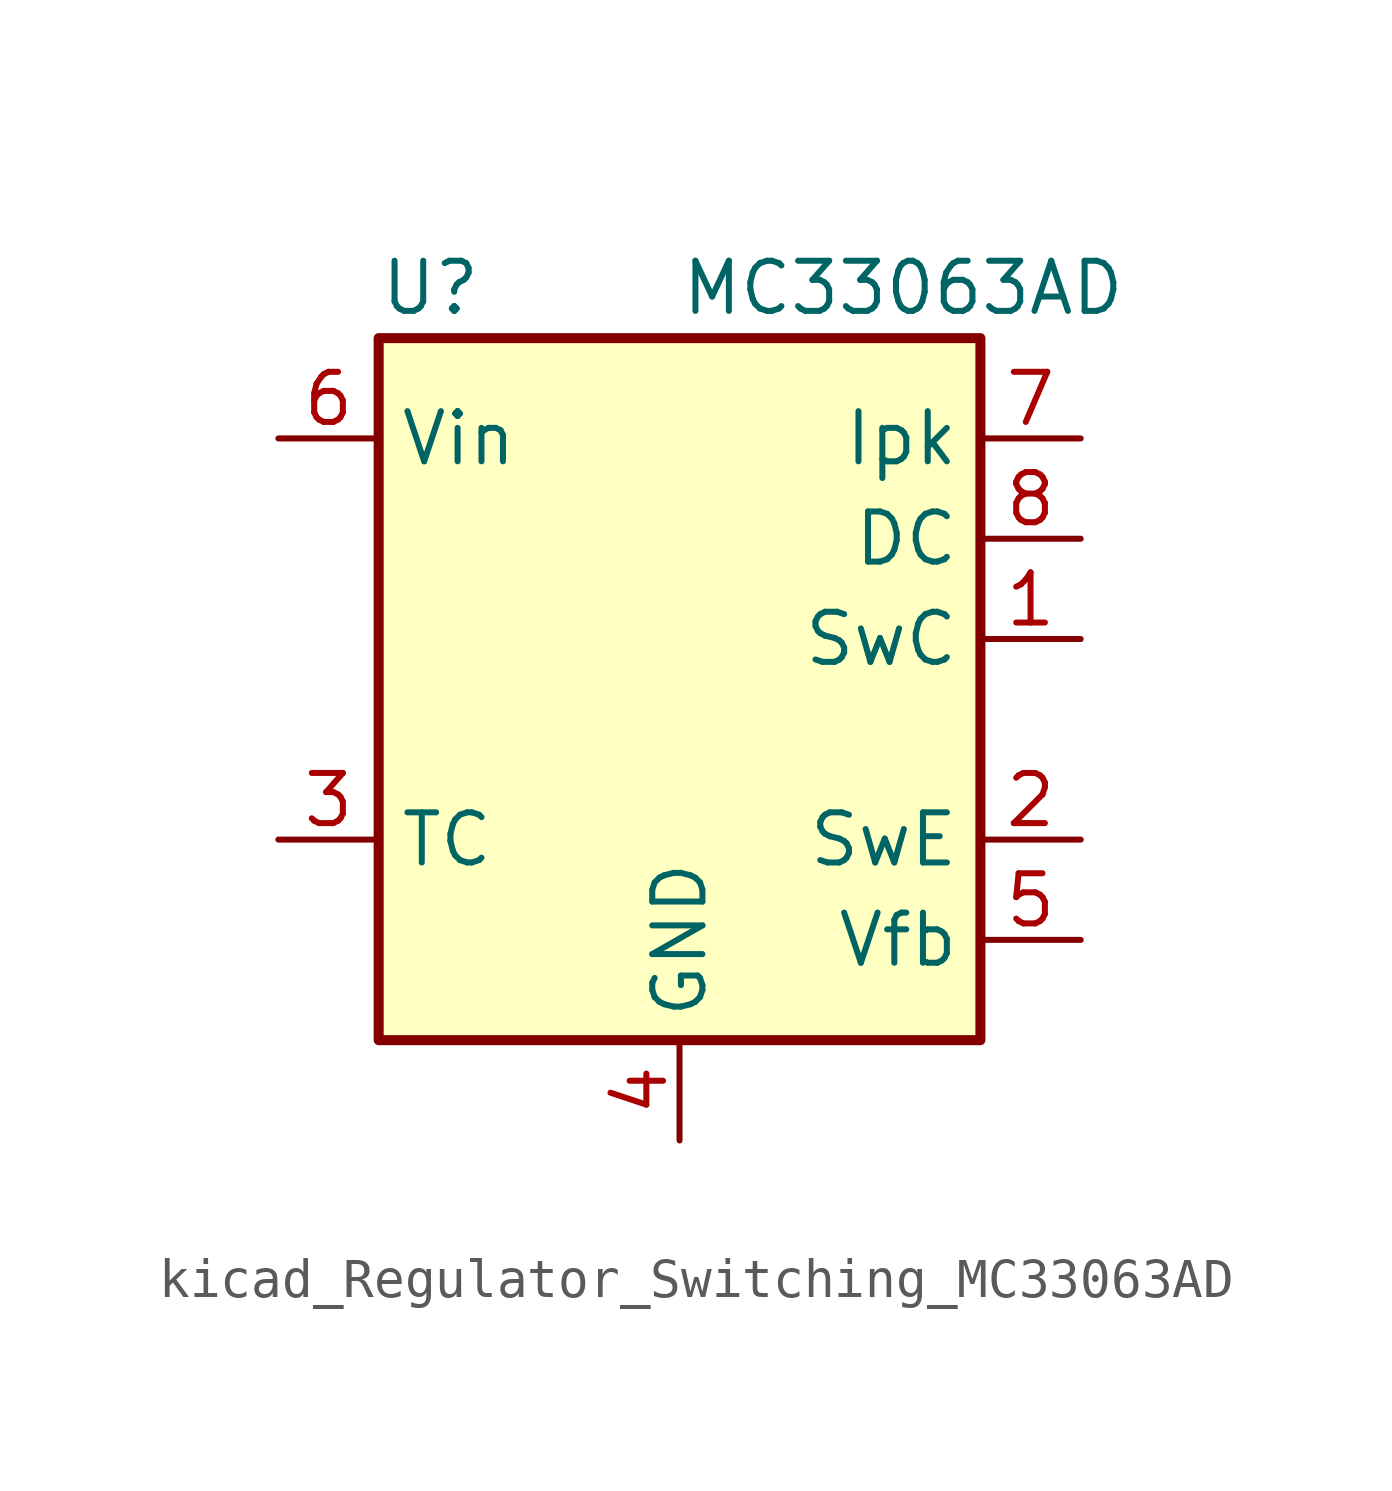
<source format=kicad_sym>
(kicad_symbol_lib
  (version 20220914)
  (generator kicad_symbol_editor)
  (symbol "kicad_Regulator_Switching_MC33063AD"
    (property "Reference" "U"
      (at -7.62 8.89 0)
      (effects (font (size 1.27 1.27)) (justify left)))
    (property "Value" "MC33063AD"
      (at 0 8.89 0)
      (effects (font (size 1.27 1.27)) (justify left)))
    (symbol "kicad_Regulator_Switching_MC33063AD_0_1"
      (rectangle (start -7.62 7.62) (end 7.62 -10.16) (stroke (width 0.254) (type default)) (fill (type background))))
    (symbol "kicad_Regulator_Switching_MC33063AD_1_1"
      (pin open_collector line (at 10.16 0 180) (length 2.54) (name "SwC" (effects (font (size 1.27 1.27)))) (number "1" (effects (font (size 1.27 1.27)))))
      (pin open_emitter line (at 10.16 -5.08 180) (length 2.54) (name "SwE" (effects (font (size 1.27 1.27)))) (number "2" (effects (font (size 1.27 1.27)))))
      (pin passive line (at -10.16 -5.08 0) (length 2.54) (name "TC" (effects (font (size 1.27 1.27)))) (number "3" (effects (font (size 1.27 1.27)))))
      (pin power_in line (at 0 -12.7 90) (length 2.54) (name "GND" (effects (font (size 1.27 1.27)))) (number "4" (effects (font (size 1.27 1.27)))))
      (pin input line (at 10.16 -7.62 180) (length 2.54) (name "Vfb" (effects (font (size 1.27 1.27)))) (number "5" (effects (font (size 1.27 1.27)))))
      (pin power_in line (at -10.16 5.08 0) (length 2.54) (name "Vin" (effects (font (size 1.27 1.27)))) (number "6" (effects (font (size 1.27 1.27)))))
      (pin input line (at 10.16 5.08 180) (length 2.54) (name "Ipk" (effects (font (size 1.27 1.27)))) (number "7" (effects (font (size 1.27 1.27)))))
      (pin open_collector line (at 10.16 2.54 180) (length 2.54) (name "DC" (effects (font (size 1.27 1.27)))) (number "8" (effects (font (size 1.27 1.27))))))))
</source>
